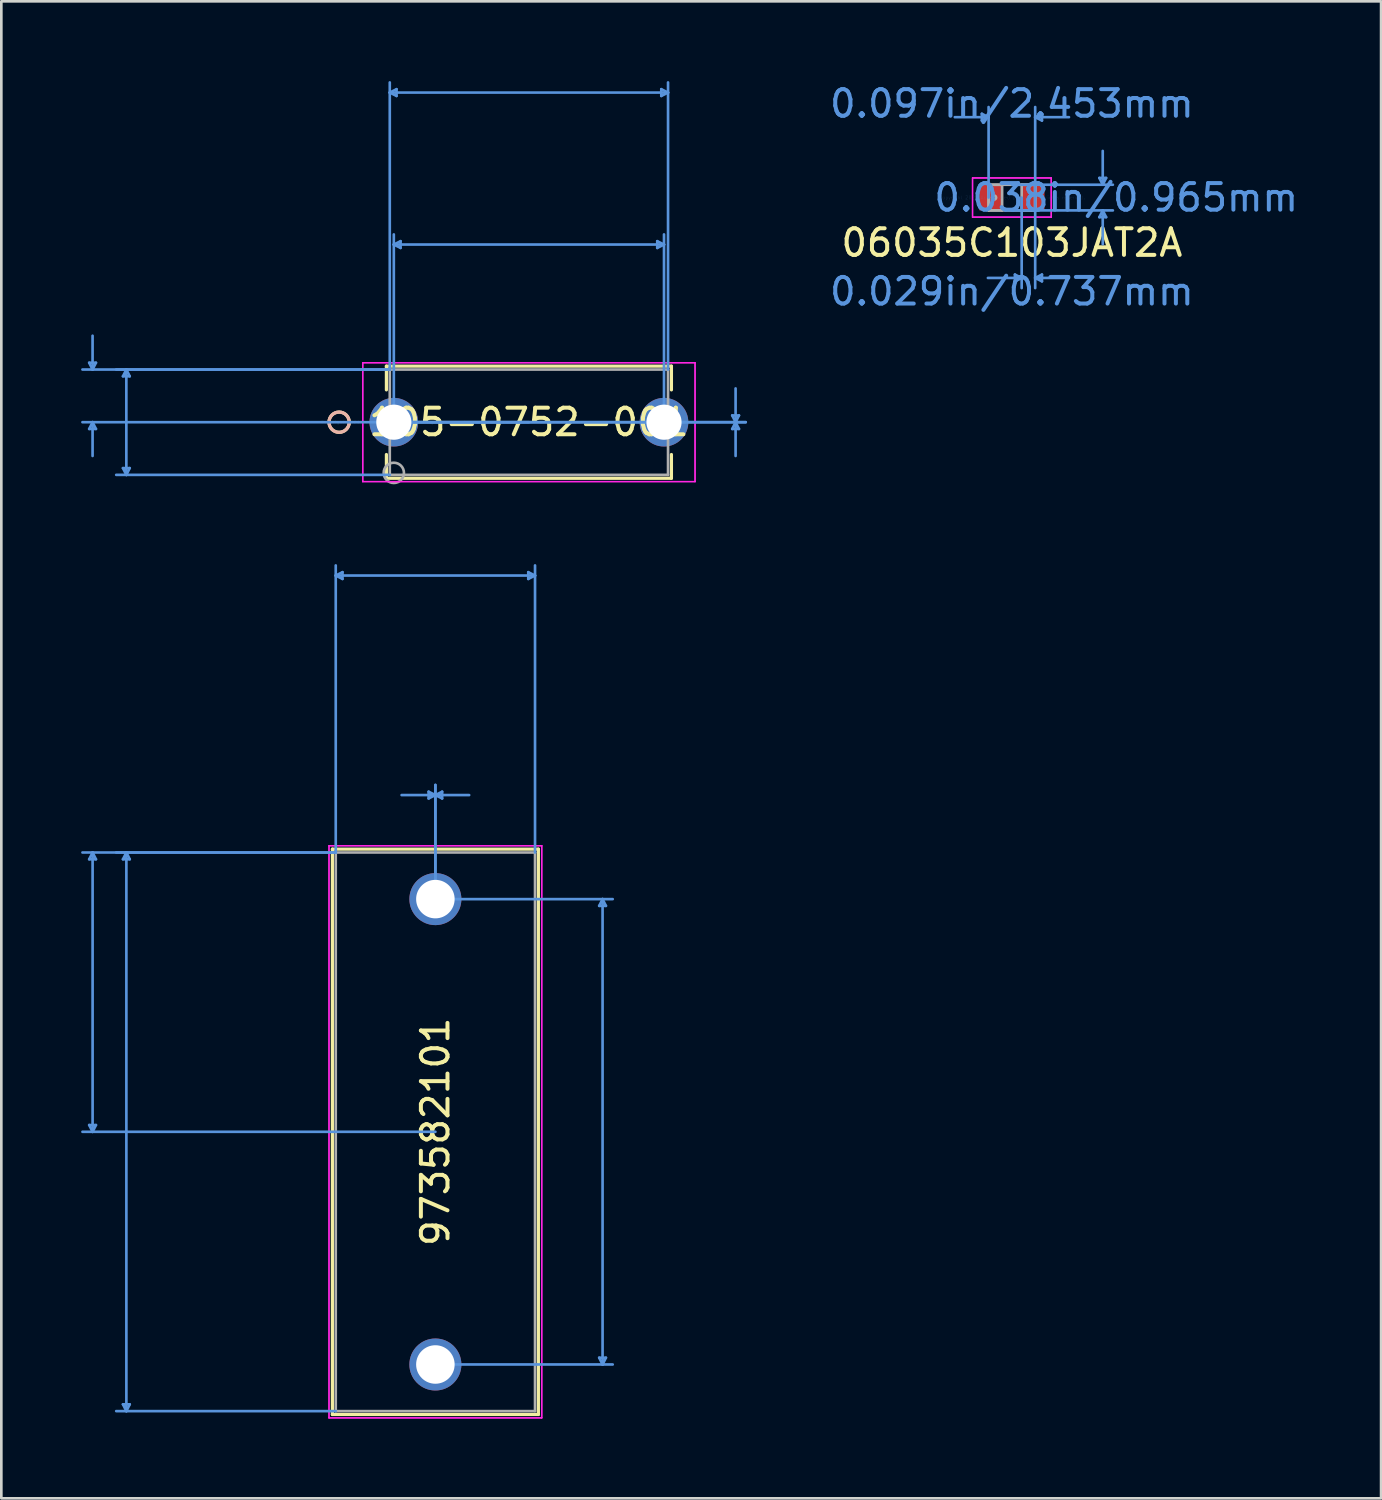
<source format=kicad_pcb>
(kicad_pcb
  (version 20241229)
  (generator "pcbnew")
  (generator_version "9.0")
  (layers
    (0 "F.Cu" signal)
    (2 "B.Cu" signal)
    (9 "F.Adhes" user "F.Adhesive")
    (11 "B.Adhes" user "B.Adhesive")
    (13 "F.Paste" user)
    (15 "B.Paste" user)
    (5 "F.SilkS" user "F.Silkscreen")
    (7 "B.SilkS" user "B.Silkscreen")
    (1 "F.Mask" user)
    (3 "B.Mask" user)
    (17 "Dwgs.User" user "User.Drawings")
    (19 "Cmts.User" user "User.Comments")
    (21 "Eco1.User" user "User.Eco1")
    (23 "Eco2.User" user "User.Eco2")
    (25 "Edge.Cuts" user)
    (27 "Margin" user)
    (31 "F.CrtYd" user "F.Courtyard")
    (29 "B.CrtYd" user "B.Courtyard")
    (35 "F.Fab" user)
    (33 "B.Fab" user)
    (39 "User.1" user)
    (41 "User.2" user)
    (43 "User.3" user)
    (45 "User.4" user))
  (footprint "105-0752-001"
    (layer "F.Cu")
    (at 11.759 12.826)
    (property "Reference" "105-0752-001" (at 5.08 0 0) (layer "F.SilkS") (effects (font (size 1 1) (thickness 0.15))))
    (attr through_hole)
    (fp_line (start -0.279 -2.108) (end -0.279 -1.215) (stroke (width 0.12) (type solid)) (layer "F.SilkS"))
    (fp_line (start -0.279 1.215) (end -0.279 2.108) (stroke (width 0.12) (type solid)) (layer "F.SilkS"))
    (fp_line (start -0.279 2.108) (end 10.439 2.108) (stroke (width 0.12) (type solid)) (layer "F.SilkS"))
    (fp_line (start 10.439 -2.108) (end -0.279 -2.108) (stroke (width 0.12) (type solid)) (layer "F.SilkS"))
    (fp_line (start 10.439 -1.215) (end 10.439 -2.108) (stroke (width 0.12) (type solid)) (layer "F.SilkS"))
    (fp_line (start 10.439 2.108) (end 10.439 1.215) (stroke (width 0.12) (type solid)) (layer "F.SilkS"))
    (fp_circle (center -2.057 0) (end -1.676 0) (stroke (width 0.12) (type solid)) (fill no) (layer "F.SilkS"))
    (fp_circle (center -2.057 0) (end -1.676 0) (stroke (width 0.12) (type solid)) (fill no) (layer "B.SilkS"))
    (fp_line (start -11.455 -2.235) (end -11.201 -2.235) (stroke (width 0.1) (type solid)) (layer "Cmts.User"))
    (fp_line (start -11.455 0.254) (end -11.201 0.254) (stroke (width 0.1) (type solid)) (layer "Cmts.User"))
    (fp_line (start -11.328 -1.981) (end -11.455 -2.235) (stroke (width 0.1) (type solid)) (layer "Cmts.User"))
    (fp_line (start -11.328 -1.981) (end -11.328 -3.251) (stroke (width 0.1) (type solid)) (layer "Cmts.User"))
    (fp_line (start -11.328 -1.981) (end -11.201 -2.235) (stroke (width 0.1) (type solid)) (layer "Cmts.User"))
    (fp_line (start -11.328 0) (end -11.455 0.254) (stroke (width 0.1) (type solid)) (layer "Cmts.User"))
    (fp_line (start -11.328 0) (end -11.328 1.27) (stroke (width 0.1) (type solid)) (layer "Cmts.User"))
    (fp_line (start -11.328 0) (end -11.201 0.254) (stroke (width 0.1) (type solid)) (layer "Cmts.User"))
    (fp_line (start -10.185 -1.727) (end -9.931 -1.727) (stroke (width 0.1) (type solid)) (layer "Cmts.User"))
    (fp_line (start -10.185 1.727) (end -9.931 1.727) (stroke (width 0.1) (type solid)) (layer "Cmts.User"))
    (fp_line (start -10.058 -1.981) (end -10.185 -1.727) (stroke (width 0.1) (type solid)) (layer "Cmts.User"))
    (fp_line (start -10.058 -1.981) (end -10.058 1.981) (stroke (width 0.1) (type solid)) (layer "Cmts.User"))
    (fp_line (start -10.058 -1.981) (end -9.931 -1.727) (stroke (width 0.1) (type solid)) (layer "Cmts.User"))
    (fp_line (start -10.058 1.981) (end -10.185 1.727) (stroke (width 0.1) (type solid)) (layer "Cmts.User"))
    (fp_line (start -10.058 1.981) (end -9.931 1.727) (stroke (width 0.1) (type solid)) (layer "Cmts.User"))
    (fp_line (start -0.152 -12.395) (end 0.102 -12.522) (stroke (width 0.1) (type solid)) (layer "Cmts.User"))
    (fp_line (start -0.152 -12.395) (end 0.102 -12.268) (stroke (width 0.1) (type solid)) (layer "Cmts.User"))
    (fp_line (start -0.152 -12.395) (end 10.312 -12.395) (stroke (width 0.1) (type solid)) (layer "Cmts.User"))
    (fp_line (start -0.152 -1.981) (end -11.709 -1.981) (stroke (width 0.1) (type solid)) (layer "Cmts.User"))
    (fp_line (start -0.152 -1.981) (end -10.439 -1.981) (stroke (width 0.1) (type solid)) (layer "Cmts.User"))
    (fp_line (start -0.152 -1.981) (end -0.152 -12.776) (stroke (width 0.1) (type solid)) (layer "Cmts.User"))
    (fp_line (start -0.152 1.981) (end -10.439 1.981) (stroke (width 0.1) (type solid)) (layer "Cmts.User"))
    (fp_line (start 0 -6.68) (end 0.254 -6.807) (stroke (width 0.1) (type solid)) (layer "Cmts.User"))
    (fp_line (start 0 -6.68) (end 0.254 -6.553) (stroke (width 0.1) (type solid)) (layer "Cmts.User"))
    (fp_line (start 0 -6.68) (end 10.16 -6.68) (stroke (width 0.1) (type solid)) (layer "Cmts.User"))
    (fp_line (start 0 0) (end 0 -7.061) (stroke (width 0.1) (type solid)) (layer "Cmts.User"))
    (fp_line (start 0 0) (end 13.233 0) (stroke (width 0.1) (type solid)) (layer "Cmts.User"))
    (fp_line (start 0 0) (end 13.233 0) (stroke (width 0.1) (type solid)) (layer "Cmts.User"))
    (fp_line (start 0.102 -12.522) (end 0.102 -12.268) (stroke (width 0.1) (type solid)) (layer "Cmts.User"))
    (fp_line (start 0.254 -6.807) (end 0.254 -6.553) (stroke (width 0.1) (type solid)) (layer "Cmts.User"))
    (fp_line (start 5.08 0) (end -11.709 0) (stroke (width 0.1) (type solid)) (layer "Cmts.User"))
    (fp_line (start 9.906 -6.807) (end 9.906 -6.553) (stroke (width 0.1) (type solid)) (layer "Cmts.User"))
    (fp_line (start 10.058 -12.522) (end 10.058 -12.268) (stroke (width 0.1) (type solid)) (layer "Cmts.User"))
    (fp_line (start 10.16 -6.68) (end 9.906 -6.807) (stroke (width 0.1) (type solid)) (layer "Cmts.User"))
    (fp_line (start 10.16 -6.68) (end 9.906 -6.553) (stroke (width 0.1) (type solid)) (layer "Cmts.User"))
    (fp_line (start 10.16 0) (end 10.16 -7.061) (stroke (width 0.1) (type solid)) (layer "Cmts.User"))
    (fp_line (start 10.312 -12.395) (end 10.058 -12.522) (stroke (width 0.1) (type solid)) (layer "Cmts.User"))
    (fp_line (start 10.312 -12.395) (end 10.058 -12.268) (stroke (width 0.1) (type solid)) (layer "Cmts.User"))
    (fp_line (start 10.312 -1.981) (end 10.312 -12.776) (stroke (width 0.1) (type solid)) (layer "Cmts.User"))
    (fp_line (start 12.725 -0.254) (end 12.979 -0.254) (stroke (width 0.1) (type solid)) (layer "Cmts.User"))
    (fp_line (start 12.725 0.254) (end 12.979 0.254) (stroke (width 0.1) (type solid)) (layer "Cmts.User"))
    (fp_line (start 12.852 0) (end 12.725 -0.254) (stroke (width 0.1) (type solid)) (layer "Cmts.User"))
    (fp_line (start 12.852 0) (end 12.725 0.254) (stroke (width 0.1) (type solid)) (layer "Cmts.User"))
    (fp_line (start 12.852 0) (end 12.852 -1.27) (stroke (width 0.1) (type solid)) (layer "Cmts.User"))
    (fp_line (start 12.852 0) (end 12.852 1.27) (stroke (width 0.1) (type solid)) (layer "Cmts.User"))
    (fp_line (start 12.852 0) (end 12.979 -0.254) (stroke (width 0.1) (type solid)) (layer "Cmts.User"))
    (fp_line (start 12.852 0) (end 12.979 0.254) (stroke (width 0.1) (type solid)) (layer "Cmts.User"))
    (fp_line (start -1.168 -2.235) (end -1.168 2.235) (stroke (width 0.05) (type solid)) (layer "F.CrtYd"))
    (fp_line (start -1.168 -2.235) (end -1.168 2.235) (stroke (width 0.05) (type solid)) (layer "F.CrtYd"))
    (fp_line (start -1.168 2.235) (end 11.328 2.235) (stroke (width 0.05) (type solid)) (layer "F.CrtYd"))
    (fp_line (start -1.168 2.235) (end 11.328 2.235) (stroke (width 0.05) (type solid)) (layer "F.CrtYd"))
    (fp_line (start 11.328 -2.235) (end -1.168 -2.235) (stroke (width 0.05) (type solid)) (layer "F.CrtYd"))
    (fp_line (start 11.328 -2.235) (end -1.168 -2.235) (stroke (width 0.05) (type solid)) (layer "F.CrtYd"))
    (fp_line (start 11.328 2.235) (end 11.328 -2.235) (stroke (width 0.05) (type solid)) (layer "F.CrtYd"))
    (fp_line (start 11.328 2.235) (end 11.328 -2.235) (stroke (width 0.05) (type solid)) (layer "F.CrtYd"))
    (fp_line (start -0.152 -1.981) (end -0.152 1.981) (stroke (width 0.1) (type solid)) (layer "F.Fab"))
    (fp_line (start -0.152 1.981) (end 10.312 1.981) (stroke (width 0.1) (type solid)) (layer "F.Fab"))
    (fp_line (start 10.312 -1.981) (end -0.152 -1.981) (stroke (width 0.1) (type solid)) (layer "F.Fab"))
    (fp_line (start 10.312 1.981) (end 10.312 -1.981) (stroke (width 0.1) (type solid)) (layer "F.Fab"))
    (fp_circle (center 0 1.905) (end 0.381 1.905) (stroke (width 0.1) (type solid)) (fill no) (layer "F.Fab"))
    (fp_text user "*" (at 0 0 0) (layer "F.SilkS") (effects (font (size 1 1) (thickness 0.15))))
    (fp_text user "Copyright 2021 Accelerated Designs. All rights reserved." (at 0 0 0) (layer "Cmts.User") (effects (font (size 0.127 0.127) (thickness 0.002))))
    (fp_text user "*" (at 0 0 0) (layer "F.Fab") (effects (font (size 1 1) (thickness 0.15))))
    (pad "1" thru_hole circle (at 0 0) (size 1.829 1.829) (drill 1.321) (layers "*.Cu" "*.Mask"))
    (pad "2" thru_hole circle (at 10.16 0) (size 1.829 1.829) (drill 1.321) (layers "*.Cu" "*.Mask")))
  (footprint "06035C103JAT2A"
    (layer "F.Cu")
    (at 35.001 4.379)
    (property "Reference" "06035C103JAT2A" (at 0 1.7 0) (layer "F.SilkS") (effects (font (size 1 1) (thickness 0.15))))
    (attr through_hole)
    (fp_line (start -1.13 -3.15) (end -1.13 -2.896) (stroke (width 0.1) (type solid)) (layer "Cmts.User"))
    (fp_line (start -0.876 -3.023) (end -2.146 -3.023) (stroke (width 0.1) (type solid)) (layer "Cmts.User"))
    (fp_line (start -0.876 -3.023) (end -1.13 -3.15) (stroke (width 0.1) (type solid)) (layer "Cmts.User"))
    (fp_line (start -0.876 -3.023) (end -1.13 -2.896) (stroke (width 0.1) (type solid)) (layer "Cmts.User"))
    (fp_line (start -0.876 0) (end -0.876 -3.404) (stroke (width 0.1) (type solid)) (layer "Cmts.User"))
    (fp_line (start 0 -0.483) (end 3.797 -0.483) (stroke (width 0.1) (type solid)) (layer "Cmts.User"))
    (fp_line (start 0 0.483) (end 3.797 0.483) (stroke (width 0.1) (type solid)) (layer "Cmts.User"))
    (fp_line (start 0.114 2.896) (end 0.114 3.15) (stroke (width 0.1) (type solid)) (layer "Cmts.User"))
    (fp_line (start 0.368 0) (end 0.368 3.404) (stroke (width 0.1) (type solid)) (layer "Cmts.User"))
    (fp_line (start 0.368 3.023) (end -0.902 3.023) (stroke (width 0.1) (type solid)) (layer "Cmts.User"))
    (fp_line (start 0.368 3.023) (end 0.114 2.896) (stroke (width 0.1) (type solid)) (layer "Cmts.User"))
    (fp_line (start 0.368 3.023) (end 0.114 3.15) (stroke (width 0.1) (type solid)) (layer "Cmts.User"))
    (fp_line (start 0.876 -3.023) (end 1.13 -3.15) (stroke (width 0.1) (type solid)) (layer "Cmts.User"))
    (fp_line (start 0.876 -3.023) (end 1.13 -2.896) (stroke (width 0.1) (type solid)) (layer "Cmts.User"))
    (fp_line (start 0.876 -3.023) (end 2.146 -3.023) (stroke (width 0.1) (type solid)) (layer "Cmts.User"))
    (fp_line (start 0.876 0) (end 0.876 -3.404) (stroke (width 0.1) (type solid)) (layer "Cmts.User"))
    (fp_line (start 0.876 0) (end 0.876 3.404) (stroke (width 0.1) (type solid)) (layer "Cmts.User"))
    (fp_line (start 0.876 3.023) (end 1.13 2.896) (stroke (width 0.1) (type solid)) (layer "Cmts.User"))
    (fp_line (start 0.876 3.023) (end 1.13 3.15) (stroke (width 0.1) (type solid)) (layer "Cmts.User"))
    (fp_line (start 0.876 3.023) (end 2.146 3.023) (stroke (width 0.1) (type solid)) (layer "Cmts.User"))
    (fp_line (start 1.13 -3.15) (end 1.13 -2.896) (stroke (width 0.1) (type solid)) (layer "Cmts.User"))
    (fp_line (start 1.13 2.896) (end 1.13 3.15) (stroke (width 0.1) (type solid)) (layer "Cmts.User"))
    (fp_line (start 3.289 -0.737) (end 3.543 -0.737) (stroke (width 0.1) (type solid)) (layer "Cmts.User"))
    (fp_line (start 3.289 0.737) (end 3.543 0.737) (stroke (width 0.1) (type solid)) (layer "Cmts.User"))
    (fp_line (start 3.416 -0.483) (end 3.289 -0.737) (stroke (width 0.1) (type solid)) (layer "Cmts.User"))
    (fp_line (start 3.416 -0.483) (end 3.416 -1.753) (stroke (width 0.1) (type solid)) (layer "Cmts.User"))
    (fp_line (start 3.416 -0.483) (end 3.543 -0.737) (stroke (width 0.1) (type solid)) (layer "Cmts.User"))
    (fp_line (start 3.416 0.483) (end 3.289 0.737) (stroke (width 0.1) (type solid)) (layer "Cmts.User"))
    (fp_line (start 3.416 0.483) (end 3.416 1.753) (stroke (width 0.1) (type solid)) (layer "Cmts.User"))
    (fp_line (start 3.416 0.483) (end 3.543 0.737) (stroke (width 0.1) (type solid)) (layer "Cmts.User"))
    (fp_line (start -1.48 -0.737) (end 1.48 -0.737) (stroke (width 0.05) (type solid)) (layer "F.CrtYd"))
    (fp_line (start -1.48 -0.737) (end 1.48 -0.737) (stroke (width 0.05) (type solid)) (layer "F.CrtYd"))
    (fp_line (start -1.48 0.737) (end -1.48 -0.737) (stroke (width 0.05) (type solid)) (layer "F.CrtYd"))
    (fp_line (start -1.48 0.737) (end -1.48 -0.737) (stroke (width 0.05) (type solid)) (layer "F.CrtYd"))
    (fp_line (start 1.48 -0.737) (end 1.48 0.737) (stroke (width 0.05) (type solid)) (layer "F.CrtYd"))
    (fp_line (start 1.48 -0.737) (end 1.48 0.737) (stroke (width 0.05) (type solid)) (layer "F.CrtYd"))
    (fp_line (start 1.48 0.737) (end -1.48 0.737) (stroke (width 0.05) (type solid)) (layer "F.CrtYd"))
    (fp_line (start 1.48 0.737) (end -1.48 0.737) (stroke (width 0.05) (type solid)) (layer "F.CrtYd"))
    (fp_line (start -0.876 -0.483) (end -0.876 0.483) (stroke (width 0.1) (type solid)) (layer "F.Fab"))
    (fp_line (start -0.876 -0.483) (end -0.876 0.483) (stroke (width 0.1) (type solid)) (layer "F.Fab"))
    (fp_line (start -0.876 0.483) (end -0.368 0.483) (stroke (width 0.1) (type solid)) (layer "F.Fab"))
    (fp_line (start -0.876 0.483) (end 0.876 0.483) (stroke (width 0.1) (type solid)) (layer "F.Fab"))
    (fp_line (start -0.368 -0.483) (end -0.876 -0.483) (stroke (width 0.1) (type solid)) (layer "F.Fab"))
    (fp_line (start -0.368 0.483) (end -0.368 -0.483) (stroke (width 0.1) (type solid)) (layer "F.Fab"))
    (fp_line (start 0.368 -0.483) (end 0.368 0.483) (stroke (width 0.1) (type solid)) (layer "F.Fab"))
    (fp_line (start 0.368 0.483) (end 0.876 0.483) (stroke (width 0.1) (type solid)) (layer "F.Fab"))
    (fp_line (start 0.876 -0.483) (end -0.876 -0.483) (stroke (width 0.1) (type solid)) (layer "F.Fab"))
    (fp_line (start 0.876 -0.483) (end 0.368 -0.483) (stroke (width 0.1) (type solid)) (layer "F.Fab"))
    (fp_line (start 0.876 0.483) (end 0.876 -0.483) (stroke (width 0.1) (type solid)) (layer "F.Fab"))
    (fp_line (start 0.876 0.483) (end 0.876 -0.483) (stroke (width 0.1) (type solid)) (layer "F.Fab"))
    (fp_circle (center -0.67 0) (end -0.594 0) (stroke (width 0.1) (type solid)) (fill no) (layer "F.Fab"))
    (fp_text user "Copyright 2021 Accelerated Designs. All rights reserved." (at 0 0 0) (layer "Cmts.User") (effects (font (size 0.127 0.127) (thickness 0.002))))
    (fp_text user "0.097in/2.453mm" (at 0 -3.531 0) (layer "Cmts.User") (effects (font (size 1 1) (thickness 0.15))))
    (fp_text user "0.038in/0.965mm" (at 3.924 0 0) (layer "Cmts.User") (effects (font (size 1 1) (thickness 0.15))))
    (fp_text user "0.029in/0.737mm" (at 0 3.531 0) (layer "Cmts.User") (effects (font (size 1 1) (thickness 0.15))))
    (pad "1" smd rect (at -0.797 0) (size 0.858 0.965) (layers "F.Cu" "F.Mask" "F.Paste"))
    (pad "2" smd rect (at 0.797 0) (size 0.858 0.965) (layers "F.Cu" "F.Mask" "F.Paste")))
  (footprint "973582101"
    (layer "F.Cu")
    (at 13.322 30.76)
    (property "Reference" "973582101" (at 0 8.75 90) (layer "F.SilkS") (effects (font (size 1 1) (thickness 0.15))))
    (attr through_hole)
    (fp_line (start -3.873 -1.88) (end -3.873 19.38) (stroke (width 0.12) (type solid)) (layer "F.SilkS"))
    (fp_line (start -3.873 19.38) (end 3.873 19.38) (stroke (width 0.12) (type solid)) (layer "F.SilkS"))
    (fp_line (start 3.873 -1.88) (end -3.873 -1.88) (stroke (width 0.12) (type solid)) (layer "F.SilkS"))
    (fp_line (start 3.873 19.38) (end 3.873 -1.88) (stroke (width 0.12) (type solid)) (layer "F.SilkS"))
    (fp_line (start -13.018 -1.499) (end -12.764 -1.499) (stroke (width 0.1) (type solid)) (layer "Cmts.User"))
    (fp_line (start -13.018 8.496) (end -12.764 8.496) (stroke (width 0.1) (type solid)) (layer "Cmts.User"))
    (fp_line (start -12.89 -1.753) (end -13.018 -1.499) (stroke (width 0.1) (type solid)) (layer "Cmts.User"))
    (fp_line (start -12.89 -1.753) (end -12.89 8.75) (stroke (width 0.1) (type solid)) (layer "Cmts.User"))
    (fp_line (start -12.89 -1.753) (end -12.764 -1.499) (stroke (width 0.1) (type solid)) (layer "Cmts.User"))
    (fp_line (start -12.89 8.75) (end -13.018 8.496) (stroke (width 0.1) (type solid)) (layer "Cmts.User"))
    (fp_line (start -12.89 8.75) (end -12.764 8.496) (stroke (width 0.1) (type solid)) (layer "Cmts.User"))
    (fp_line (start -11.748 -1.499) (end -11.493 -1.499) (stroke (width 0.1) (type solid)) (layer "Cmts.User"))
    (fp_line (start -11.748 18.999) (end -11.493 18.999) (stroke (width 0.1) (type solid)) (layer "Cmts.User"))
    (fp_line (start -11.62 -1.753) (end -11.748 -1.499) (stroke (width 0.1) (type solid)) (layer "Cmts.User"))
    (fp_line (start -11.62 -1.753) (end -11.62 19.253) (stroke (width 0.1) (type solid)) (layer "Cmts.User"))
    (fp_line (start -11.62 -1.753) (end -11.493 -1.499) (stroke (width 0.1) (type solid)) (layer "Cmts.User"))
    (fp_line (start -11.62 19.253) (end -11.748 18.999) (stroke (width 0.1) (type solid)) (layer "Cmts.User"))
    (fp_line (start -11.62 19.253) (end -11.493 18.999) (stroke (width 0.1) (type solid)) (layer "Cmts.User"))
    (fp_line (start -3.747 -12.167) (end -3.493 -12.294) (stroke (width 0.1) (type solid)) (layer "Cmts.User"))
    (fp_line (start -3.747 -12.167) (end -3.493 -12.04) (stroke (width 0.1) (type solid)) (layer "Cmts.User"))
    (fp_line (start -3.747 -12.167) (end 3.747 -12.167) (stroke (width 0.1) (type solid)) (layer "Cmts.User"))
    (fp_line (start -3.747 -1.753) (end -13.271 -1.753) (stroke (width 0.1) (type solid)) (layer "Cmts.User"))
    (fp_line (start -3.747 -1.753) (end -12.002 -1.753) (stroke (width 0.1) (type solid)) (layer "Cmts.User"))
    (fp_line (start -3.747 -1.753) (end -3.747 -12.548) (stroke (width 0.1) (type solid)) (layer "Cmts.User"))
    (fp_line (start -3.747 19.253) (end -12.002 19.253) (stroke (width 0.1) (type solid)) (layer "Cmts.User"))
    (fp_line (start -3.493 -12.294) (end -3.493 -12.04) (stroke (width 0.1) (type solid)) (layer "Cmts.User"))
    (fp_line (start -0.254 -4.039) (end -0.254 -3.785) (stroke (width 0.1) (type solid)) (layer "Cmts.User"))
    (fp_line (start 0 -3.912) (end -1.27 -3.912) (stroke (width 0.1) (type solid)) (layer "Cmts.User"))
    (fp_line (start 0 -3.912) (end -0.254 -4.039) (stroke (width 0.1) (type solid)) (layer "Cmts.User"))
    (fp_line (start 0 -3.912) (end -0.254 -3.785) (stroke (width 0.1) (type solid)) (layer "Cmts.User"))
    (fp_line (start 0 -3.912) (end 0.254 -4.039) (stroke (width 0.1) (type solid)) (layer "Cmts.User"))
    (fp_line (start 0 -3.912) (end 0.254 -3.785) (stroke (width 0.1) (type solid)) (layer "Cmts.User"))
    (fp_line (start 0 -3.912) (end 1.27 -3.912) (stroke (width 0.1) (type solid)) (layer "Cmts.User"))
    (fp_line (start 0 0) (end 0 -4.293) (stroke (width 0.1) (type solid)) (layer "Cmts.User"))
    (fp_line (start 0 0) (end 0 -4.293) (stroke (width 0.1) (type solid)) (layer "Cmts.User"))
    (fp_line (start 0 0) (end 6.668 0) (stroke (width 0.1) (type solid)) (layer "Cmts.User"))
    (fp_line (start 0 8.75) (end -13.271 8.75) (stroke (width 0.1) (type solid)) (layer "Cmts.User"))
    (fp_line (start 0 17.5) (end 6.668 17.5) (stroke (width 0.1) (type solid)) (layer "Cmts.User"))
    (fp_line (start 0.254 -4.039) (end 0.254 -3.785) (stroke (width 0.1) (type solid)) (layer "Cmts.User"))
    (fp_line (start 3.493 -12.294) (end 3.493 -12.04) (stroke (width 0.1) (type solid)) (layer "Cmts.User"))
    (fp_line (start 3.747 -12.167) (end 3.493 -12.294) (stroke (width 0.1) (type solid)) (layer "Cmts.User"))
    (fp_line (start 3.747 -12.167) (end 3.493 -12.04) (stroke (width 0.1) (type solid)) (layer "Cmts.User"))
    (fp_line (start 3.747 -1.753) (end 3.747 -12.548) (stroke (width 0.1) (type solid)) (layer "Cmts.User"))
    (fp_line (start 6.16 0.254) (end 6.413 0.254) (stroke (width 0.1) (type solid)) (layer "Cmts.User"))
    (fp_line (start 6.16 17.246) (end 6.413 17.246) (stroke (width 0.1) (type solid)) (layer "Cmts.User"))
    (fp_line (start 6.287 0) (end 6.16 0.254) (stroke (width 0.1) (type solid)) (layer "Cmts.User"))
    (fp_line (start 6.287 0) (end 6.287 17.5) (stroke (width 0.1) (type solid)) (layer "Cmts.User"))
    (fp_line (start 6.287 0) (end 6.413 0.254) (stroke (width 0.1) (type solid)) (layer "Cmts.User"))
    (fp_line (start 6.287 17.5) (end 6.16 17.246) (stroke (width 0.1) (type solid)) (layer "Cmts.User"))
    (fp_line (start 6.287 17.5) (end 6.413 17.246) (stroke (width 0.1) (type solid)) (layer "Cmts.User"))
    (fp_line (start -4 -2.007) (end -4 19.507) (stroke (width 0.05) (type solid)) (layer "F.CrtYd"))
    (fp_line (start -4 -2.007) (end -4 19.507) (stroke (width 0.05) (type solid)) (layer "F.CrtYd"))
    (fp_line (start -4 19.507) (end 4 19.507) (stroke (width 0.05) (type solid)) (layer "F.CrtYd"))
    (fp_line (start -4 19.507) (end 4 19.507) (stroke (width 0.05) (type solid)) (layer "F.CrtYd"))
    (fp_line (start 4 -2.007) (end -4 -2.007) (stroke (width 0.05) (type solid)) (layer "F.CrtYd"))
    (fp_line (start 4 -2.007) (end -4 -2.007) (stroke (width 0.05) (type solid)) (layer "F.CrtYd"))
    (fp_line (start 4 19.507) (end 4 -2.007) (stroke (width 0.05) (type solid)) (layer "F.CrtYd"))
    (fp_line (start 4 19.507) (end 4 -2.007) (stroke (width 0.05) (type solid)) (layer "F.CrtYd"))
    (fp_line (start -3.747 -1.753) (end -3.747 19.253) (stroke (width 0.1) (type solid)) (layer "F.Fab"))
    (fp_line (start -3.747 19.253) (end 3.747 19.253) (stroke (width 0.1) (type solid)) (layer "F.Fab"))
    (fp_line (start 3.747 -1.753) (end -3.747 -1.753) (stroke (width 0.1) (type solid)) (layer "F.Fab"))
    (fp_line (start 3.747 19.253) (end 3.747 -1.753) (stroke (width 0.1) (type solid)) (layer "F.Fab"))
    (pad "1" thru_hole circle (at 0 17.5) (size 1.956 1.956) (drill 1.448) (layers "*.Cu" "*.Mask"))
    (pad "2" thru_hole circle (at 0 0) (size 1.956 1.956) (drill 1.448) (layers "*.Cu" "*.Mask")))
  (gr_rect
    (start -3 -3)
    (end 48.884 53.292)
    (stroke (width 0.1) (type default))
    (fill no)
    (layer "Edge.Cuts")))
</source>
